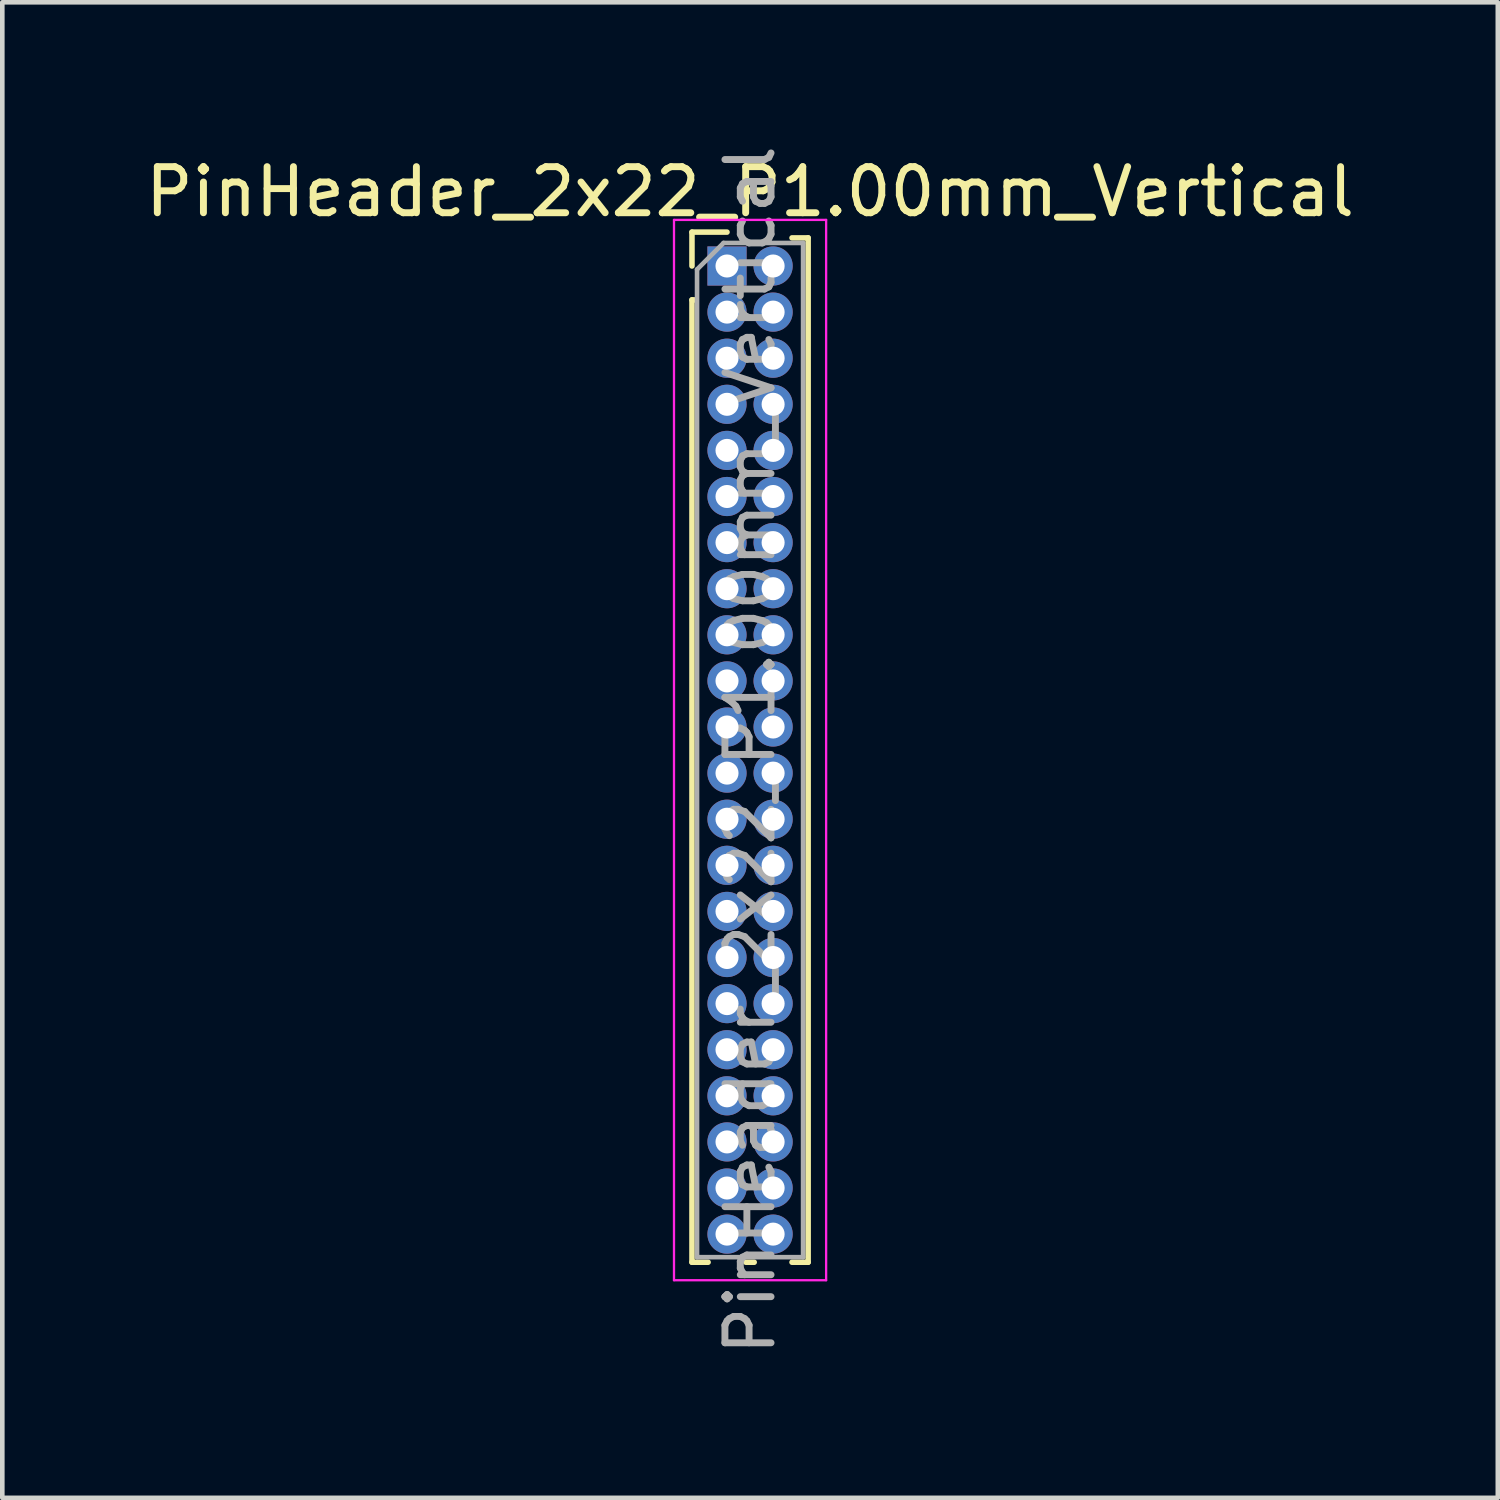
<source format=kicad_pcb>
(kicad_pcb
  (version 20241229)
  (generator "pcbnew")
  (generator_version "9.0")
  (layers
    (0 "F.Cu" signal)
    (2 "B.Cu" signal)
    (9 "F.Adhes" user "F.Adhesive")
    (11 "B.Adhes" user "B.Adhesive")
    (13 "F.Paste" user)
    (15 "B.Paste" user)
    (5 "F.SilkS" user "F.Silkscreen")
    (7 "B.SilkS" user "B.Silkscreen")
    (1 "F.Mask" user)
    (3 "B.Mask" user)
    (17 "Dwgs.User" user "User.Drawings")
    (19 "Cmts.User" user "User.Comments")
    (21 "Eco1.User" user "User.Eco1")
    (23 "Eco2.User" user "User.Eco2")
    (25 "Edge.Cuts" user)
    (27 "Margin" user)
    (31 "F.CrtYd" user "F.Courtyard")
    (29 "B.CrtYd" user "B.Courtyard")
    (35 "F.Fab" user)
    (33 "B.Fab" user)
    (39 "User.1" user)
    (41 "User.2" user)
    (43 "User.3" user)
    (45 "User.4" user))
  (footprint "PinHeader_2x22_P1.00mm_Vertical"
    (layer "F.Cu")
    (at 12.72 2.72)
    (property "Reference" "PinHeader_2x22_P1.00mm_Vertical" (at 0.5 -1.61 0) (layer "F.SilkS") (effects (font (size 1 1) (thickness 0.15))))
    (attr through_hole)
    (fp_line (start -0.76 -0.735) (end 0 -0.735) (stroke (width 0.12) (type solid)) (layer "F.SilkS"))
    (fp_line (start -0.76 0) (end -0.76 -0.735) (stroke (width 0.12) (type solid)) (layer "F.SilkS"))
    (fp_line (start -0.76 0.735) (end -0.76 21.61) (stroke (width 0.12) (type solid)) (layer "F.SilkS"))
    (fp_line (start -0.76 0.735) (end -0.686 0.735) (stroke (width 0.12) (type solid)) (layer "F.SilkS"))
    (fp_line (start -0.76 21.61) (end -0.41 21.61) (stroke (width 0.12) (type solid)) (layer "F.SilkS"))
    (fp_line (start 0.41 21.61) (end 0.59 21.61) (stroke (width 0.12) (type solid)) (layer "F.SilkS"))
    (fp_line (start 1.41 -0.61) (end 1.76 -0.61) (stroke (width 0.12) (type solid)) (layer "F.SilkS"))
    (fp_line (start 1.41 21.61) (end 1.76 21.61) (stroke (width 0.12) (type solid)) (layer "F.SilkS"))
    (fp_line (start 1.76 -0.61) (end 1.76 21.61) (stroke (width 0.12) (type solid)) (layer "F.SilkS"))
    (fp_line (start -1.15 -1) (end -1.15 22) (stroke (width 0.05) (type solid)) (layer "F.CrtYd"))
    (fp_line (start -1.15 22) (end 2.15 22) (stroke (width 0.05) (type solid)) (layer "F.CrtYd"))
    (fp_line (start 2.15 -1) (end -1.15 -1) (stroke (width 0.05) (type solid)) (layer "F.CrtYd"))
    (fp_line (start 2.15 22) (end 2.15 -1) (stroke (width 0.05) (type solid)) (layer "F.CrtYd"))
    (fp_line (start -0.65 0.075) (end -0.075 -0.5) (stroke (width 0.1) (type solid)) (layer "F.Fab"))
    (fp_line (start -0.65 21.5) (end -0.65 0.075) (stroke (width 0.1) (type solid)) (layer "F.Fab"))
    (fp_line (start -0.075 -0.5) (end 1.65 -0.5) (stroke (width 0.1) (type solid)) (layer "F.Fab"))
    (fp_line (start 1.65 -0.5) (end 1.65 21.5) (stroke (width 0.1) (type solid)) (layer "F.Fab"))
    (fp_line (start 1.65 21.5) (end -0.65 21.5) (stroke (width 0.1) (type solid)) (layer "F.Fab"))
    (fp_text user "${REFERENCE}" (at 0.5 10.5 90) (layer "F.Fab") (effects (font (size 1 1) (thickness 0.15))))
    (pad "1" thru_hole rect (at 0 0) (size 0.85 0.85) (drill 0.5) (layers "*.Cu" "*.Mask"))
    (pad "2" thru_hole circle (at 1 0) (size 0.85 0.85) (drill 0.5) (layers "*.Cu" "*.Mask"))
    (pad "3" thru_hole circle (at 0 1) (size 0.85 0.85) (drill 0.5) (layers "*.Cu" "*.Mask"))
    (pad "4" thru_hole circle (at 1 1) (size 0.85 0.85) (drill 0.5) (layers "*.Cu" "*.Mask"))
    (pad "5" thru_hole circle (at 0 2) (size 0.85 0.85) (drill 0.5) (layers "*.Cu" "*.Mask"))
    (pad "6" thru_hole circle (at 1 2) (size 0.85 0.85) (drill 0.5) (layers "*.Cu" "*.Mask"))
    (pad "7" thru_hole circle (at 0 3) (size 0.85 0.85) (drill 0.5) (layers "*.Cu" "*.Mask"))
    (pad "8" thru_hole circle (at 1 3) (size 0.85 0.85) (drill 0.5) (layers "*.Cu" "*.Mask"))
    (pad "9" thru_hole circle (at 0 4) (size 0.85 0.85) (drill 0.5) (layers "*.Cu" "*.Mask"))
    (pad "10" thru_hole circle (at 1 4) (size 0.85 0.85) (drill 0.5) (layers "*.Cu" "*.Mask"))
    (pad "11" thru_hole circle (at 0 5) (size 0.85 0.85) (drill 0.5) (layers "*.Cu" "*.Mask"))
    (pad "12" thru_hole circle (at 1 5) (size 0.85 0.85) (drill 0.5) (layers "*.Cu" "*.Mask"))
    (pad "13" thru_hole circle (at 0 6) (size 0.85 0.85) (drill 0.5) (layers "*.Cu" "*.Mask"))
    (pad "14" thru_hole circle (at 1 6) (size 0.85 0.85) (drill 0.5) (layers "*.Cu" "*.Mask"))
    (pad "15" thru_hole circle (at 0 7) (size 0.85 0.85) (drill 0.5) (layers "*.Cu" "*.Mask"))
    (pad "16" thru_hole circle (at 1 7) (size 0.85 0.85) (drill 0.5) (layers "*.Cu" "*.Mask"))
    (pad "17" thru_hole circle (at 0 8) (size 0.85 0.85) (drill 0.5) (layers "*.Cu" "*.Mask"))
    (pad "18" thru_hole circle (at 1 8) (size 0.85 0.85) (drill 0.5) (layers "*.Cu" "*.Mask"))
    (pad "19" thru_hole circle (at 0 9) (size 0.85 0.85) (drill 0.5) (layers "*.Cu" "*.Mask"))
    (pad "20" thru_hole circle (at 1 9) (size 0.85 0.85) (drill 0.5) (layers "*.Cu" "*.Mask"))
    (pad "21" thru_hole circle (at 0 10) (size 0.85 0.85) (drill 0.5) (layers "*.Cu" "*.Mask"))
    (pad "22" thru_hole circle (at 1 10) (size 0.85 0.85) (drill 0.5) (layers "*.Cu" "*.Mask"))
    (pad "23" thru_hole circle (at 0 11) (size 0.85 0.85) (drill 0.5) (layers "*.Cu" "*.Mask"))
    (pad "24" thru_hole circle (at 1 11) (size 0.85 0.85) (drill 0.5) (layers "*.Cu" "*.Mask"))
    (pad "25" thru_hole circle (at 0 12) (size 0.85 0.85) (drill 0.5) (layers "*.Cu" "*.Mask"))
    (pad "26" thru_hole circle (at 1 12) (size 0.85 0.85) (drill 0.5) (layers "*.Cu" "*.Mask"))
    (pad "27" thru_hole circle (at 0 13) (size 0.85 0.85) (drill 0.5) (layers "*.Cu" "*.Mask"))
    (pad "28" thru_hole circle (at 1 13) (size 0.85 0.85) (drill 0.5) (layers "*.Cu" "*.Mask"))
    (pad "29" thru_hole circle (at 0 14) (size 0.85 0.85) (drill 0.5) (layers "*.Cu" "*.Mask"))
    (pad "30" thru_hole circle (at 1 14) (size 0.85 0.85) (drill 0.5) (layers "*.Cu" "*.Mask"))
    (pad "31" thru_hole circle (at 0 15) (size 0.85 0.85) (drill 0.5) (layers "*.Cu" "*.Mask"))
    (pad "32" thru_hole circle (at 1 15) (size 0.85 0.85) (drill 0.5) (layers "*.Cu" "*.Mask"))
    (pad "33" thru_hole circle (at 0 16) (size 0.85 0.85) (drill 0.5) (layers "*.Cu" "*.Mask"))
    (pad "34" thru_hole circle (at 1 16) (size 0.85 0.85) (drill 0.5) (layers "*.Cu" "*.Mask"))
    (pad "35" thru_hole circle (at 0 17) (size 0.85 0.85) (drill 0.5) (layers "*.Cu" "*.Mask"))
    (pad "36" thru_hole circle (at 1 17) (size 0.85 0.85) (drill 0.5) (layers "*.Cu" "*.Mask"))
    (pad "37" thru_hole circle (at 0 18) (size 0.85 0.85) (drill 0.5) (layers "*.Cu" "*.Mask"))
    (pad "38" thru_hole circle (at 1 18) (size 0.85 0.85) (drill 0.5) (layers "*.Cu" "*.Mask"))
    (pad "39" thru_hole circle (at 0 19) (size 0.85 0.85) (drill 0.5) (layers "*.Cu" "*.Mask"))
    (pad "40" thru_hole circle (at 1 19) (size 0.85 0.85) (drill 0.5) (layers "*.Cu" "*.Mask"))
    (pad "41" thru_hole circle (at 0 20) (size 0.85 0.85) (drill 0.5) (layers "*.Cu" "*.Mask"))
    (pad "42" thru_hole circle (at 1 20) (size 0.85 0.85) (drill 0.5) (layers "*.Cu" "*.Mask"))
    (pad "43" thru_hole circle (at 0 21) (size 0.85 0.85) (drill 0.5) (layers "*.Cu" "*.Mask"))
    (pad "44" thru_hole circle (at 1 21) (size 0.85 0.85) (drill 0.5) (layers "*.Cu" "*.Mask")))
  (gr_rect
    (start -3 -3)
    (end 29.44 29.44)
    (stroke (width 0.1) (type default))
    (fill no)
    (layer "Edge.Cuts")))
</source>
